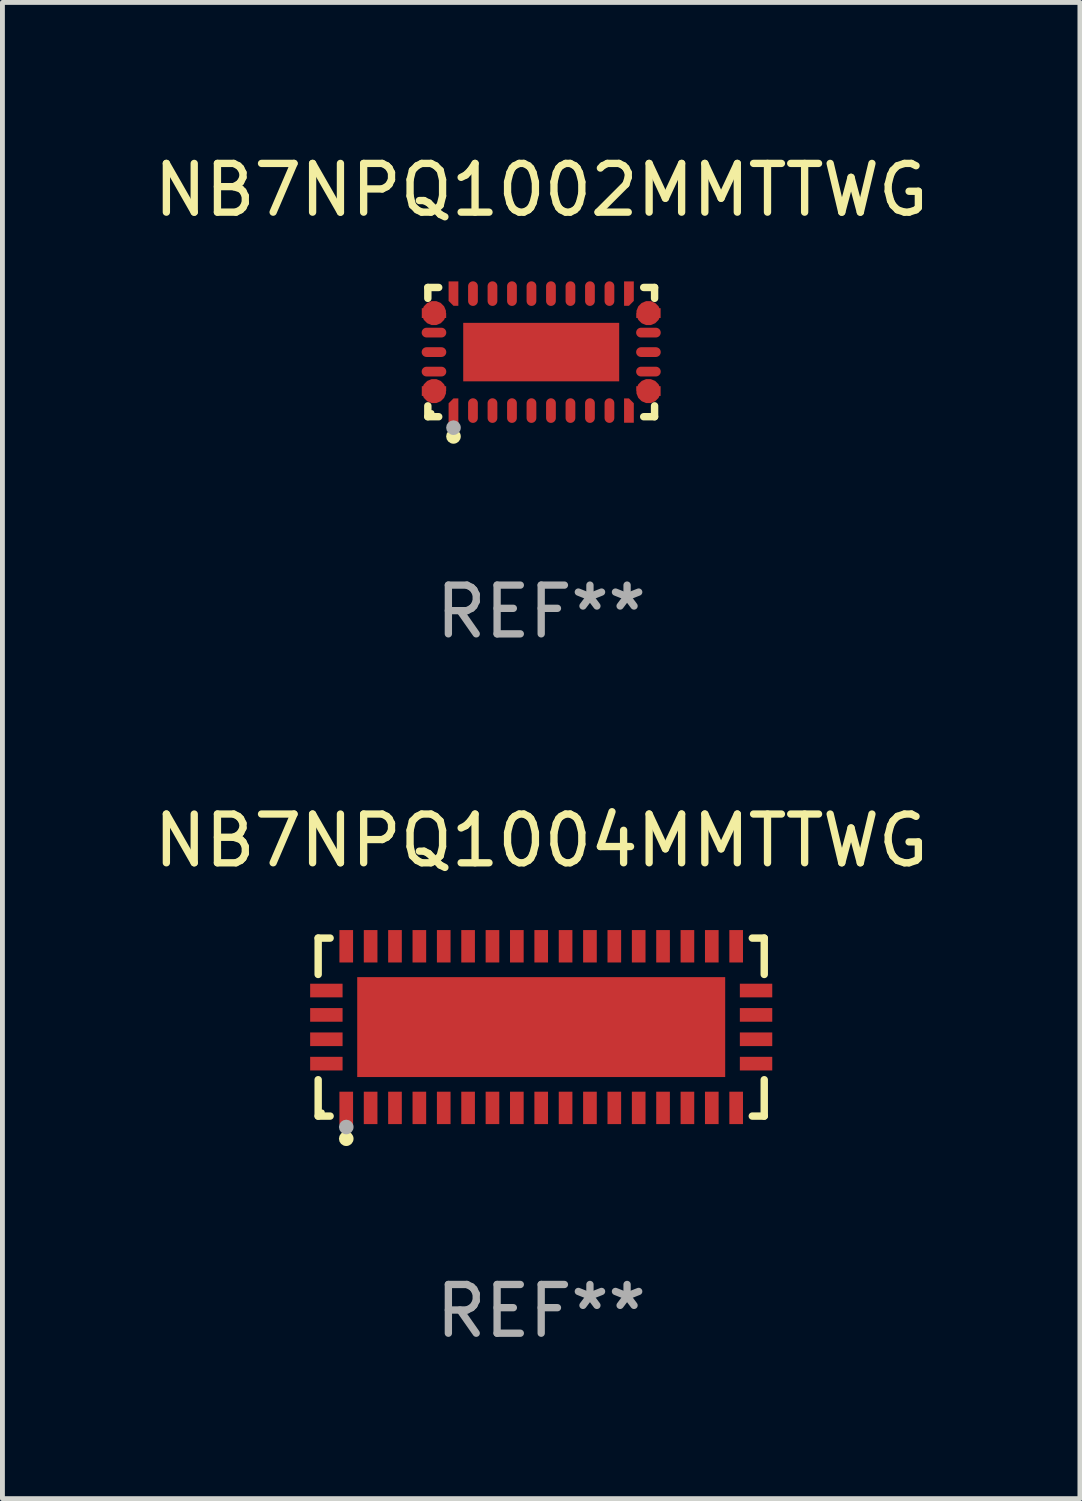
<source format=kicad_pcb>
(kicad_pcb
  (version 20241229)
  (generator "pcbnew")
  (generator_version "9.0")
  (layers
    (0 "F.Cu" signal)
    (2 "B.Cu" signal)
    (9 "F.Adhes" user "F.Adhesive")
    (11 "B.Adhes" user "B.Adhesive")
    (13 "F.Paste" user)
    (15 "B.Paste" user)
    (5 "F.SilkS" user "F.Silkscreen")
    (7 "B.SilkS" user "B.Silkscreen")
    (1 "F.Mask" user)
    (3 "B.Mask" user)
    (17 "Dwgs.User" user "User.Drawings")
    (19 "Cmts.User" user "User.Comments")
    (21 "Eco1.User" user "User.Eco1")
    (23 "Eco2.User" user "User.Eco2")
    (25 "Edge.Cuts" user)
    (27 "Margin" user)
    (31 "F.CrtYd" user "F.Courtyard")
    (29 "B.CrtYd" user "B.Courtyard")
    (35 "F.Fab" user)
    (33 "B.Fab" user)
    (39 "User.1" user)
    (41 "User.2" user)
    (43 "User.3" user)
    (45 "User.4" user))
  (footprint "NB7NPQ1002MMTTWG"
    (layer "F.Cu")
    (at 8.054 4.174)
    (property "Reference" "NB7NPQ1002MMTTWG" (at 0 -3.326 0) (layer "F.SilkS") (effects (font (size 1 1) (thickness 0.15))))
    (attr through_hole)
    (fp_line (start -2.326 -1.326) (end -2.103 -1.326) (stroke (width 0.152) (type solid)) (layer "F.SilkS"))
    (fp_line (start -2.326 -1.103) (end -2.326 -1.326) (stroke (width 0.152) (type solid)) (layer "F.SilkS"))
    (fp_line (start -2.326 1.103) (end -2.326 1.326) (stroke (width 0.152) (type solid)) (layer "F.SilkS"))
    (fp_line (start -2.326 1.326) (end -2.103 1.326) (stroke (width 0.152) (type solid)) (layer "F.SilkS"))
    (fp_line (start 2.326 -1.326) (end 2.103 -1.326) (stroke (width 0.152) (type solid)) (layer "F.SilkS"))
    (fp_line (start 2.326 -1.103) (end 2.326 -1.326) (stroke (width 0.152) (type solid)) (layer "F.SilkS"))
    (fp_line (start 2.326 1.103) (end 2.326 1.326) (stroke (width 0.152) (type solid)) (layer "F.SilkS"))
    (fp_line (start 2.326 1.326) (end 2.103 1.326) (stroke (width 0.152) (type solid)) (layer "F.SilkS"))
    (fp_circle (center -2.25 1.25) (end -2.22 1.25) (stroke (width 0.06) (type solid)) (fill no) (layer "F.SilkS"))
    (fp_circle (center -1.8 1.73) (end -1.725 1.73) (stroke (width 0.15) (type solid)) (fill no) (layer "F.SilkS"))
    (fp_circle (center -1.8 1.55) (end -1.725 1.55) (stroke (width 0.15) (type solid)) (fill no) (layer "F.Fab"))
    (fp_text user "REF**" (at 0 5.326 0) (layer "F.Fab") (effects (font (size 1 1) (thickness 0.15))))
    (pad "1" smd custom (at -1.8 1.2) (size 0.2 0.5) (layers "F.Cu" "F.Mask" "F.Paste") (options (anchor circle)) (primitives (gr_poly (pts (xy -0.1 0.25) (xy 0.1 0.25) (xy 0.1 -0.25) (xy 0.1 -0.25) (xy -0.000051 -0.25) (xy -0.1 -0.15)) (width 0) (fill yes))))
    (pad "2" smd oval (at -1.4 1.2) (size 0.2 0.505) (layers "F.Cu" "F.Mask" "F.Paste"))
    (pad "3" smd oval (at -1 1.2) (size 0.2 0.505) (layers "F.Cu" "F.Mask" "F.Paste"))
    (pad "4" smd oval (at -0.6 1.2) (size 0.2 0.505) (layers "F.Cu" "F.Mask" "F.Paste"))
    (pad "5" smd oval (at -0.2 1.2) (size 0.2 0.505) (layers "F.Cu" "F.Mask" "F.Paste"))
    (pad "6" smd oval (at 0.2 1.2) (size 0.2 0.505) (layers "F.Cu" "F.Mask" "F.Paste"))
    (pad "7" smd oval (at 0.6 1.2) (size 0.2 0.505) (layers "F.Cu" "F.Mask" "F.Paste"))
    (pad "8" smd oval (at 1 1.2) (size 0.2 0.505) (layers "F.Cu" "F.Mask" "F.Paste"))
    (pad "9" smd oval (at 1.4 1.2) (size 0.2 0.505) (layers "F.Cu" "F.Mask" "F.Paste"))
    (pad "10" smd custom (at 1.8 1.2) (size 0.2 0.5) (layers "F.Cu" "F.Mask" "F.Paste") (options (anchor circle)) (primitives (gr_poly (pts (xy 0.1 0.25) (xy -0.1 0.25) (xy -0.1 -0.25) (xy -0.1 -0.25) (xy 0 -0.25) (xy 0.1 -0.15)) (width 0) (fill yes))))
    (pad "11" smd custom (at 2.2 0.8) (size 0.5 0.2) (layers "F.Cu" "F.Mask" "F.Paste") (options (anchor circle)) (primitives (gr_poly (pts (xy 0.25 0.1) (xy 0.25 -0.1) (xy -0.25 -0.1) (xy -0.25 -0.1) (xy -0.25 0.000051) (xy -0.15 0.1)) (width 0) (fill yes))))
    (pad "12" smd oval (at 2.2 0.4) (size 0.505 0.2) (layers "F.Cu" "F.Mask" "F.Paste"))
    (pad "13" smd oval (at 2.2 0) (size 0.505 0.2) (layers "F.Cu" "F.Mask" "F.Paste"))
    (pad "14" smd oval (at 2.2 -0.4) (size 0.505 0.2) (layers "F.Cu" "F.Mask" "F.Paste"))
    (pad "15" smd custom (at 2.2 -0.8) (size 0.5 0.2) (layers "F.Cu" "F.Mask" "F.Paste") (options (anchor circle)) (primitives (gr_poly (pts (xy 0.25 -0.1) (xy 0.25 0.1) (xy -0.25 0.1) (xy -0.25 0.1) (xy -0.25 -0.000051) (xy -0.15 -0.1)) (width 0) (fill yes))))
    (pad "16" smd custom (at 1.8 -1.2) (size 0.2 0.5) (layers "F.Cu" "F.Mask" "F.Paste") (options (anchor circle)) (primitives (gr_poly (pts (xy 0.1 -0.25) (xy -0.1 -0.25) (xy -0.1 0.25) (xy -0.1 0.25) (xy 0.000051 0.25) (xy 0.1 0.15)) (width 0) (fill yes))))
    (pad "17" smd oval (at 1.4 -1.2) (size 0.2 0.505) (layers "F.Cu" "F.Mask" "F.Paste"))
    (pad "18" smd oval (at 1 -1.2) (size 0.2 0.505) (layers "F.Cu" "F.Mask" "F.Paste"))
    (pad "19" smd oval (at 0.6 -1.2) (size 0.2 0.505) (layers "F.Cu" "F.Mask" "F.Paste"))
    (pad "20" smd oval (at 0.2 -1.2) (size 0.2 0.505) (layers "F.Cu" "F.Mask" "F.Paste"))
    (pad "21" smd oval (at -0.2 -1.2) (size 0.2 0.505) (layers "F.Cu" "F.Mask" "F.Paste"))
    (pad "22" smd oval (at -0.6 -1.2) (size 0.2 0.505) (layers "F.Cu" "F.Mask" "F.Paste"))
    (pad "23" smd oval (at -1 -1.2) (size 0.2 0.505) (layers "F.Cu" "F.Mask" "F.Paste"))
    (pad "24" smd oval (at -1.4 -1.2) (size 0.2 0.505) (layers "F.Cu" "F.Mask" "F.Paste"))
    (pad "25" smd custom (at -1.8 -1.2) (size 0.2 0.5) (layers "F.Cu" "F.Mask" "F.Paste") (options (anchor circle)) (primitives (gr_poly (pts (xy -0.1 -0.25) (xy 0.1 -0.25) (xy 0.1 0.25) (xy 0.1 0.25) (xy -0.000051 0.25) (xy -0.1 0.15)) (width 0) (fill yes))))
    (pad "26" smd custom (at -2.2 -0.8) (size 0.5 0.2) (layers "F.Cu" "F.Mask" "F.Paste") (options (anchor circle)) (primitives (gr_poly (pts (xy -0.25 -0.1) (xy -0.25 0.1) (xy 0.25 0.1) (xy 0.25 0.1) (xy 0.25 0.000051) (xy 0.15 -0.1)) (width 0) (fill yes))))
    (pad "27" smd oval (at -2.2 -0.4) (size 0.505 0.2) (layers "F.Cu" "F.Mask" "F.Paste"))
    (pad "28" smd oval (at -2.2 0) (size 0.505 0.2) (layers "F.Cu" "F.Mask" "F.Paste"))
    (pad "29" smd oval (at -2.2 0.4) (size 0.505 0.2) (layers "F.Cu" "F.Mask" "F.Paste"))
    (pad "30" smd custom (at -2.2 0.8) (size 0.5 0.2) (layers "F.Cu" "F.Mask" "F.Paste") (options (anchor circle)) (primitives (gr_poly (pts (xy -0.25 0.1) (xy -0.25 -0.1) (xy 0.25 -0.1) (xy 0.25 -0.1) (xy 0.25 0.000076) (xy 0.15 0.1)) (width 0) (fill yes))))
    (pad "31" smd rect (at 0 0) (size 3.2 1.2) (layers "F.Cu" "F.Mask" "F.Paste")))
  (footprint "NB7NPQ1004MMTTWG"
    (layer "F.Cu")
    (at 8.054 18.023)
    (property "Reference" "NB7NPQ1004MMTTWG" (at 0 -3.826 0) (layer "F.SilkS") (effects (font (size 1 1) (thickness 0.15))))
    (attr through_hole)
    (fp_line (start -4.576 -1.826) (end -4.331 -1.826) (stroke (width 0.152) (type solid)) (layer "F.SilkS"))
    (fp_line (start -4.576 -1.08) (end -4.576 -1.826) (stroke (width 0.152) (type solid)) (layer "F.SilkS"))
    (fp_line (start -4.576 1.08) (end -4.576 1.826) (stroke (width 0.152) (type solid)) (layer "F.SilkS"))
    (fp_line (start -4.576 1.826) (end -4.331 1.826) (stroke (width 0.152) (type solid)) (layer "F.SilkS"))
    (fp_line (start 4.576 -1.826) (end 4.331 -1.826) (stroke (width 0.152) (type solid)) (layer "F.SilkS"))
    (fp_line (start 4.576 -1.08) (end 4.576 -1.826) (stroke (width 0.152) (type solid)) (layer "F.SilkS"))
    (fp_line (start 4.576 1.08) (end 4.576 1.826) (stroke (width 0.152) (type solid)) (layer "F.SilkS"))
    (fp_line (start 4.576 1.826) (end 4.331 1.826) (stroke (width 0.152) (type solid)) (layer "F.SilkS"))
    (fp_circle (center -4.5 1.75) (end -4.47 1.75) (stroke (width 0.06) (type solid)) (fill no) (layer "F.SilkS"))
    (fp_circle (center -4 2.29) (end -3.925 2.29) (stroke (width 0.15) (type solid)) (fill no) (layer "F.SilkS"))
    (fp_circle (center -4 2.05) (end -3.925 2.05) (stroke (width 0.15) (type solid)) (fill no) (layer "F.Fab"))
    (fp_text user "REF**" (at 0 5.826 0) (layer "F.Fab") (effects (font (size 1 1) (thickness 0.15))))
    (pad "1" smd rect (at -4 1.658) (size 0.28 0.665) (layers "F.Cu" "F.Mask" "F.Paste"))
    (pad "2" smd rect (at -3.5 1.658) (size 0.28 0.665) (layers "F.Cu" "F.Mask" "F.Paste"))
    (pad "3" smd rect (at -3 1.658) (size 0.28 0.665) (layers "F.Cu" "F.Mask" "F.Paste"))
    (pad "4" smd rect (at -2.5 1.658) (size 0.28 0.665) (layers "F.Cu" "F.Mask" "F.Paste"))
    (pad "5" smd rect (at -2 1.658) (size 0.28 0.665) (layers "F.Cu" "F.Mask" "F.Paste"))
    (pad "6" smd rect (at -1.5 1.658) (size 0.28 0.665) (layers "F.Cu" "F.Mask" "F.Paste"))
    (pad "7" smd rect (at -1 1.658) (size 0.28 0.665) (layers "F.Cu" "F.Mask" "F.Paste"))
    (pad "8" smd rect (at -0.5 1.658) (size 0.28 0.665) (layers "F.Cu" "F.Mask" "F.Paste"))
    (pad "9" smd rect (at 0 1.658) (size 0.28 0.665) (layers "F.Cu" "F.Mask" "F.Paste"))
    (pad "10" smd rect (at 0.5 1.658) (size 0.28 0.665) (layers "F.Cu" "F.Mask" "F.Paste"))
    (pad "11" smd rect (at 1 1.658) (size 0.28 0.665) (layers "F.Cu" "F.Mask" "F.Paste"))
    (pad "12" smd rect (at 1.5 1.658) (size 0.28 0.665) (layers "F.Cu" "F.Mask" "F.Paste"))
    (pad "13" smd rect (at 2 1.658) (size 0.28 0.665) (layers "F.Cu" "F.Mask" "F.Paste"))
    (pad "14" smd rect (at 2.5 1.658) (size 0.28 0.665) (layers "F.Cu" "F.Mask" "F.Paste"))
    (pad "15" smd rect (at 3 1.658) (size 0.28 0.665) (layers "F.Cu" "F.Mask" "F.Paste"))
    (pad "16" smd rect (at 3.5 1.658) (size 0.28 0.665) (layers "F.Cu" "F.Mask" "F.Paste"))
    (pad "17" smd rect (at 4 1.658) (size 0.28 0.665) (layers "F.Cu" "F.Mask" "F.Paste"))
    (pad "18" smd rect (at 4.408 0.75) (size 0.665 0.28) (layers "F.Cu" "F.Mask" "F.Paste"))
    (pad "19" smd rect (at 4.408 0.25) (size 0.665 0.28) (layers "F.Cu" "F.Mask" "F.Paste"))
    (pad "20" smd rect (at 4.408 -0.25) (size 0.665 0.28) (layers "F.Cu" "F.Mask" "F.Paste"))
    (pad "21" smd rect (at 4.408 -0.75) (size 0.665 0.28) (layers "F.Cu" "F.Mask" "F.Paste"))
    (pad "22" smd rect (at 4 -1.658) (size 0.28 0.665) (layers "F.Cu" "F.Mask" "F.Paste"))
    (pad "23" smd rect (at 3.5 -1.658) (size 0.28 0.665) (layers "F.Cu" "F.Mask" "F.Paste"))
    (pad "24" smd rect (at 3 -1.658) (size 0.28 0.665) (layers "F.Cu" "F.Mask" "F.Paste"))
    (pad "25" smd rect (at 2.5 -1.658) (size 0.28 0.665) (layers "F.Cu" "F.Mask" "F.Paste"))
    (pad "26" smd rect (at 2 -1.658) (size 0.28 0.665) (layers "F.Cu" "F.Mask" "F.Paste"))
    (pad "27" smd rect (at 1.5 -1.658) (size 0.28 0.665) (layers "F.Cu" "F.Mask" "F.Paste"))
    (pad "28" smd rect (at 1 -1.658) (size 0.28 0.665) (layers "F.Cu" "F.Mask" "F.Paste"))
    (pad "29" smd rect (at 0.5 -1.658) (size 0.28 0.665) (layers "F.Cu" "F.Mask" "F.Paste"))
    (pad "30" smd rect (at 0 -1.658) (size 0.28 0.665) (layers "F.Cu" "F.Mask" "F.Paste"))
    (pad "31" smd rect (at -0.5 -1.658) (size 0.28 0.665) (layers "F.Cu" "F.Mask" "F.Paste"))
    (pad "32" smd rect (at -1 -1.658) (size 0.28 0.665) (layers "F.Cu" "F.Mask" "F.Paste"))
    (pad "33" smd rect (at -1.5 -1.658) (size 0.28 0.665) (layers "F.Cu" "F.Mask" "F.Paste"))
    (pad "34" smd rect (at -2 -1.658) (size 0.28 0.665) (layers "F.Cu" "F.Mask" "F.Paste"))
    (pad "35" smd rect (at -2.5 -1.658) (size 0.28 0.665) (layers "F.Cu" "F.Mask" "F.Paste"))
    (pad "36" smd rect (at -3 -1.658) (size 0.28 0.665) (layers "F.Cu" "F.Mask" "F.Paste"))
    (pad "37" smd rect (at -3.5 -1.658) (size 0.28 0.665) (layers "F.Cu" "F.Mask" "F.Paste"))
    (pad "38" smd rect (at -4 -1.658) (size 0.28 0.665) (layers "F.Cu" "F.Mask" "F.Paste"))
    (pad "39" smd rect (at -4.408 -0.75) (size 0.665 0.28) (layers "F.Cu" "F.Mask" "F.Paste"))
    (pad "40" smd rect (at -4.408 -0.25) (size 0.665 0.28) (layers "F.Cu" "F.Mask" "F.Paste"))
    (pad "41" smd rect (at -4.408 0.25) (size 0.665 0.28) (layers "F.Cu" "F.Mask" "F.Paste"))
    (pad "42" smd rect (at -4.408 0.75) (size 0.665 0.28) (layers "F.Cu" "F.Mask" "F.Paste"))
    (pad "43" smd rect (at 0 0) (size 7.55 2.05) (layers "F.Cu" "F.Mask" "F.Paste")))
  (gr_rect
    (start -3 -3)
    (end 19.107 27.698)
    (stroke (width 0.1) (type default))
    (fill no)
    (layer "Edge.Cuts")))
</source>
